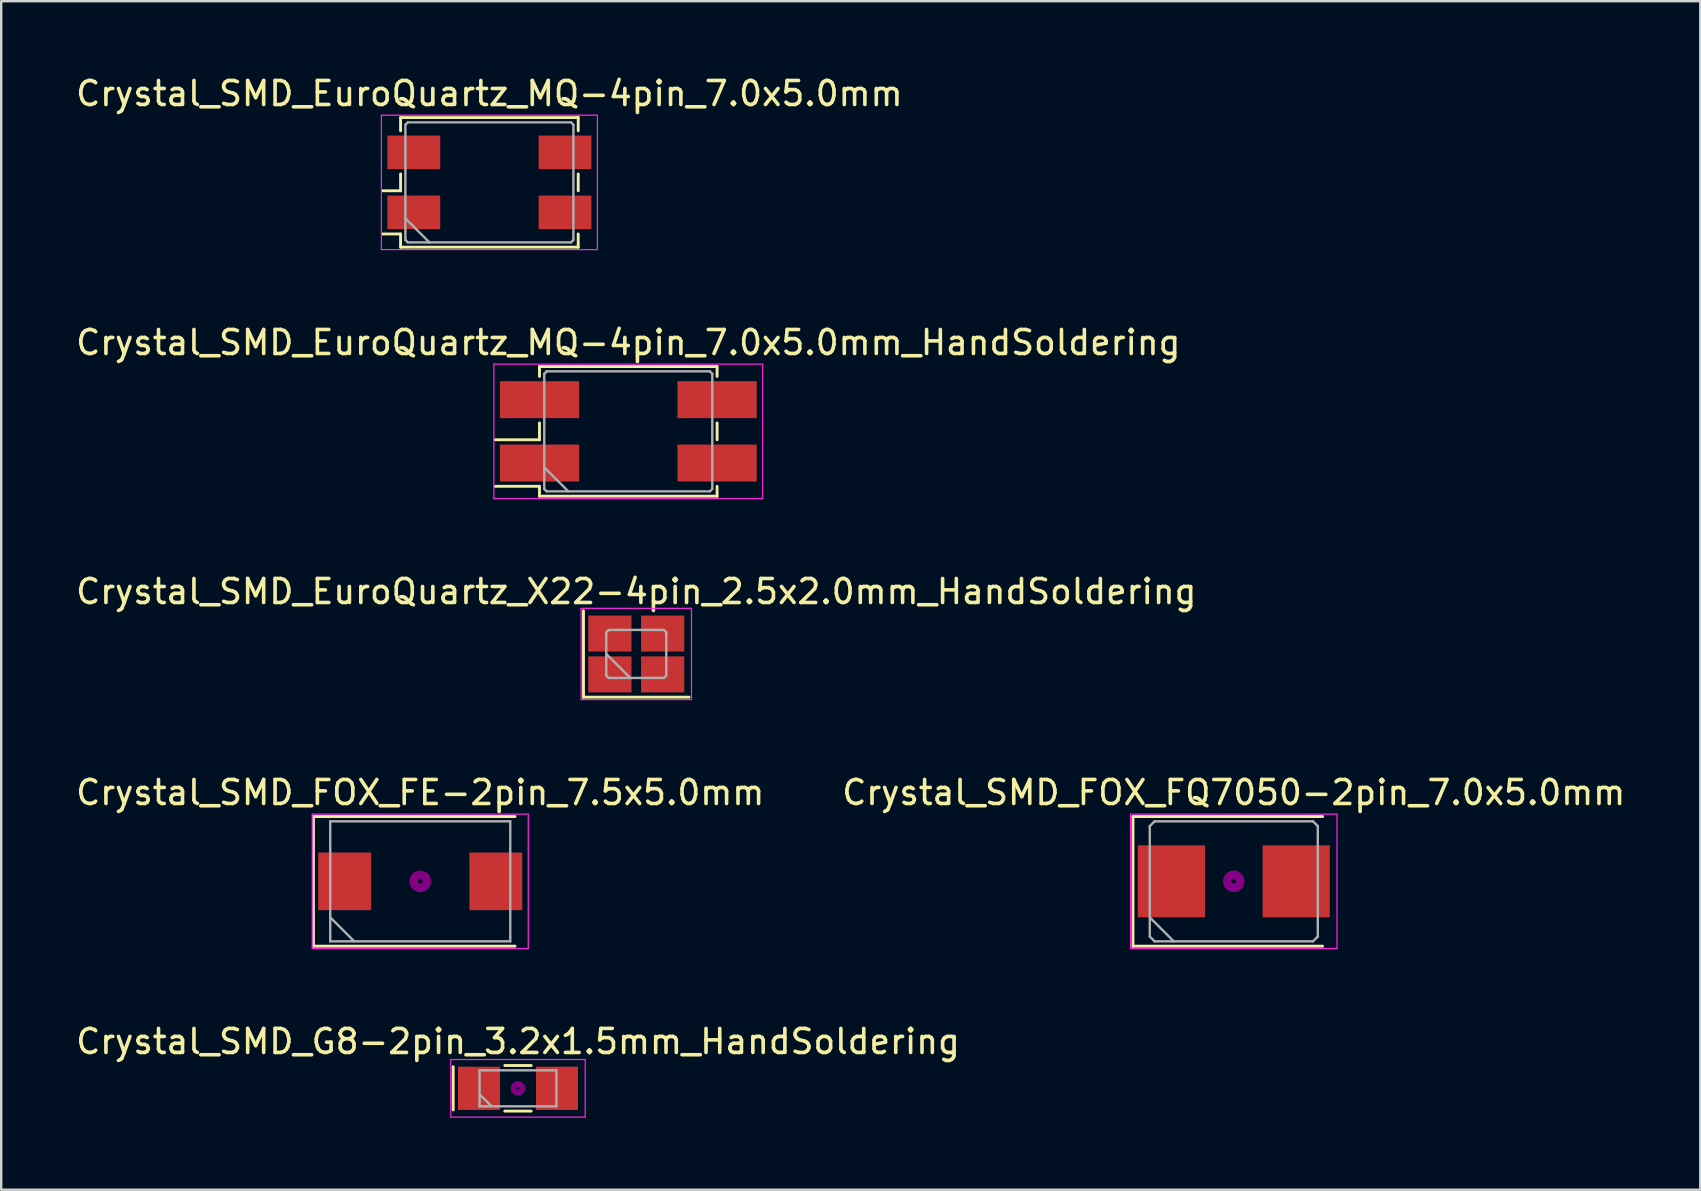
<source format=kicad_pcb>
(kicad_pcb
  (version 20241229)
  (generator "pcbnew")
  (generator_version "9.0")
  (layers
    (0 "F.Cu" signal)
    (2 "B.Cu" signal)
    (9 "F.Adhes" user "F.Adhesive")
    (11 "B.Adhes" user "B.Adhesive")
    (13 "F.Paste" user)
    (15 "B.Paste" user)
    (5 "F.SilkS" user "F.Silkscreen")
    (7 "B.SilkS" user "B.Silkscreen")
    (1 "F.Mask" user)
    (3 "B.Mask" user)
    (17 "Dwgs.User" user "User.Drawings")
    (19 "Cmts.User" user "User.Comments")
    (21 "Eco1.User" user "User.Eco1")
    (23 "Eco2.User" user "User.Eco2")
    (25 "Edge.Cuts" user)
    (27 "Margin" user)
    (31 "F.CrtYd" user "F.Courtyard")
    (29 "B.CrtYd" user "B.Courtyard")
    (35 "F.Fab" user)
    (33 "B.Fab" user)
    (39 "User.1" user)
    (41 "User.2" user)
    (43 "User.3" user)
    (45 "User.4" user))
  (footprint "Crystal_SMD_FOX_FQ7050-2pin_7.0x5.0mm"
    (layer "F.Cu")
    (at 48.351 33.668)
    (property "Reference" "Crystal_SMD_FOX_FQ7050-2pin_7.0x5.0mm" (at 0 -3.7 0) (layer "F.SilkS") (effects (font (size 1 1) (thickness 0.15))))
    (attr smd)
    (fp_line (start -4.2 -2.7) (end -4.2 2.7) (stroke (width 0.12) (type solid)) (layer "F.SilkS"))
    (fp_line (start -4.2 2.7) (end 3.7 2.7) (stroke (width 0.12) (type solid)) (layer "F.SilkS"))
    (fp_line (start 3.7 -2.7) (end -4.2 -2.7) (stroke (width 0.12) (type solid)) (layer "F.SilkS"))
    (fp_circle (center 0 0) (end 0.093 0) (stroke (width 0.187) (type solid)) (fill no) (layer "F.Adhes"))
    (fp_circle (center 0 0) (end 0.213 0) (stroke (width 0.133) (type solid)) (fill no) (layer "F.Adhes"))
    (fp_circle (center 0 0) (end 0.333 0) (stroke (width 0.133) (type solid)) (fill no) (layer "F.Adhes"))
    (fp_circle (center 0 0) (end 0.4 0) (stroke (width 0.1) (type solid)) (fill no) (layer "F.Adhes"))
    (fp_line (start -4.3 -2.8) (end -4.3 2.8) (stroke (width 0.05) (type solid)) (layer "F.CrtYd"))
    (fp_line (start -4.3 2.8) (end 4.3 2.8) (stroke (width 0.05) (type solid)) (layer "F.CrtYd"))
    (fp_line (start 4.3 -2.8) (end -4.3 -2.8) (stroke (width 0.05) (type solid)) (layer "F.CrtYd"))
    (fp_line (start 4.3 2.8) (end 4.3 -2.8) (stroke (width 0.05) (type solid)) (layer "F.CrtYd"))
    (fp_line (start -3.5 -2.3) (end -3.3 -2.5) (stroke (width 0.1) (type solid)) (layer "F.Fab"))
    (fp_line (start -3.5 1.5) (end -2.5 2.5) (stroke (width 0.1) (type solid)) (layer "F.Fab"))
    (fp_line (start -3.5 2.3) (end -3.5 -2.3) (stroke (width 0.1) (type solid)) (layer "F.Fab"))
    (fp_line (start -3.3 -2.5) (end 3.3 -2.5) (stroke (width 0.1) (type solid)) (layer "F.Fab"))
    (fp_line (start -3.3 2.5) (end -3.5 2.3) (stroke (width 0.1) (type solid)) (layer "F.Fab"))
    (fp_line (start 3.3 -2.5) (end 3.5 -2.3) (stroke (width 0.1) (type solid)) (layer "F.Fab"))
    (fp_line (start 3.3 2.5) (end -3.3 2.5) (stroke (width 0.1) (type solid)) (layer "F.Fab"))
    (fp_line (start 3.5 -2.3) (end 3.5 2.3) (stroke (width 0.1) (type solid)) (layer "F.Fab"))
    (fp_line (start 3.5 2.3) (end 3.3 2.5) (stroke (width 0.1) (type solid)) (layer "F.Fab"))
    (pad "1" smd rect (at -2.6 0) (size 2.8 3) (layers "F.Cu" "F.Mask"))
    (pad "2" smd rect (at 2.6 0) (size 2.8 3) (layers "F.Cu" "F.Mask")))
  (footprint "Crystal_SMD_EuroQuartz_MQ-4pin_7.0x5.0mm_HandSoldering"
    (layer "F.Cu")
    (at 23.125 14.921)
    (property "Reference" "Crystal_SMD_EuroQuartz_MQ-4pin_7.0x5.0mm_HandSoldering" (at 0 -3.7 0) (layer "F.SilkS") (effects (font (size 1 1) (thickness 0.15))))
    (attr smd)
    (fp_line (start -5.55 0.35) (end -3.7 0.35) (stroke (width 0.12) (type solid)) (layer "F.SilkS"))
    (fp_line (start -5.55 2.29) (end -3.7 2.29) (stroke (width 0.12) (type solid)) (layer "F.SilkS"))
    (fp_line (start -3.7 -2.7) (end 3.7 -2.7) (stroke (width 0.12) (type solid)) (layer "F.SilkS"))
    (fp_line (start -3.7 -2.29) (end -3.7 -2.7) (stroke (width 0.12) (type solid)) (layer "F.SilkS"))
    (fp_line (start -3.7 0.35) (end -3.7 -0.35) (stroke (width 0.12) (type solid)) (layer "F.SilkS"))
    (fp_line (start -3.7 2.29) (end -3.7 2.7) (stroke (width 0.12) (type solid)) (layer "F.SilkS"))
    (fp_line (start -3.7 2.7) (end 3.7 2.7) (stroke (width 0.12) (type solid)) (layer "F.SilkS"))
    (fp_line (start 3.7 -2.7) (end 3.7 -2.29) (stroke (width 0.12) (type solid)) (layer "F.SilkS"))
    (fp_line (start 3.7 -0.35) (end 3.7 0.35) (stroke (width 0.12) (type solid)) (layer "F.SilkS"))
    (fp_line (start 3.7 2.7) (end 3.7 2.29) (stroke (width 0.12) (type solid)) (layer "F.SilkS"))
    (fp_line (start -5.6 -2.8) (end -5.6 2.8) (stroke (width 0.05) (type solid)) (layer "F.CrtYd"))
    (fp_line (start -5.6 2.8) (end 5.6 2.8) (stroke (width 0.05) (type solid)) (layer "F.CrtYd"))
    (fp_line (start 5.6 -2.8) (end -5.6 -2.8) (stroke (width 0.05) (type solid)) (layer "F.CrtYd"))
    (fp_line (start 5.6 2.8) (end 5.6 -2.8) (stroke (width 0.05) (type solid)) (layer "F.CrtYd"))
    (fp_line (start -3.5 -2.4) (end -3.4 -2.5) (stroke (width 0.1) (type solid)) (layer "F.Fab"))
    (fp_line (start -3.5 1.5) (end -2.5 2.5) (stroke (width 0.1) (type solid)) (layer "F.Fab"))
    (fp_line (start -3.5 2.4) (end -3.5 -2.4) (stroke (width 0.1) (type solid)) (layer "F.Fab"))
    (fp_line (start -3.4 -2.5) (end 3.4 -2.5) (stroke (width 0.1) (type solid)) (layer "F.Fab"))
    (fp_line (start -3.4 2.5) (end -3.5 2.4) (stroke (width 0.1) (type solid)) (layer "F.Fab"))
    (fp_line (start 3.4 -2.5) (end 3.5 -2.4) (stroke (width 0.1) (type solid)) (layer "F.Fab"))
    (fp_line (start 3.4 2.5) (end -3.4 2.5) (stroke (width 0.1) (type solid)) (layer "F.Fab"))
    (fp_line (start 3.5 -2.4) (end 3.5 2.4) (stroke (width 0.1) (type solid)) (layer "F.Fab"))
    (fp_line (start 3.5 2.4) (end 3.4 2.5) (stroke (width 0.1) (type solid)) (layer "F.Fab"))
    (pad "1" smd rect (at -3.7 1.32) (size 3.3 1.54) (layers "F.Cu" "F.Mask"))
    (pad "2" smd rect (at 3.7 1.32) (size 3.3 1.54) (layers "F.Cu" "F.Mask"))
    (pad "3" smd rect (at 3.7 -1.32) (size 3.3 1.54) (layers "F.Cu" "F.Mask"))
    (pad "4" smd rect (at -3.7 -1.32) (size 3.3 1.54) (layers "F.Cu" "F.Mask")))
  (footprint "Crystal_SMD_EuroQuartz_X22-4pin_2.5x2.0mm_HandSoldering"
    (layer "F.Cu")
    (at 23.458 24.195)
    (property "Reference" "Crystal_SMD_EuroQuartz_X22-4pin_2.5x2.0mm_HandSoldering" (at 0 -2.6 0) (layer "F.SilkS") (effects (font (size 1 1) (thickness 0.15))))
    (attr smd)
    (fp_line (start -2.2 -1.8) (end -2.2 1.8) (stroke (width 0.12) (type solid)) (layer "F.SilkS"))
    (fp_line (start -2.2 1.8) (end 2.2 1.8) (stroke (width 0.12) (type solid)) (layer "F.SilkS"))
    (fp_line (start -2.3 -1.9) (end -2.3 1.9) (stroke (width 0.05) (type solid)) (layer "F.CrtYd"))
    (fp_line (start -2.3 1.9) (end 2.3 1.9) (stroke (width 0.05) (type solid)) (layer "F.CrtYd"))
    (fp_line (start 2.3 -1.9) (end -2.3 -1.9) (stroke (width 0.05) (type solid)) (layer "F.CrtYd"))
    (fp_line (start 2.3 1.9) (end 2.3 -1.9) (stroke (width 0.05) (type solid)) (layer "F.CrtYd"))
    (fp_line (start -1.25 -0.9) (end -1.15 -1) (stroke (width 0.1) (type solid)) (layer "F.Fab"))
    (fp_line (start -1.25 0) (end -0.25 1) (stroke (width 0.1) (type solid)) (layer "F.Fab"))
    (fp_line (start -1.25 0.9) (end -1.25 -0.9) (stroke (width 0.1) (type solid)) (layer "F.Fab"))
    (fp_line (start -1.15 -1) (end 1.15 -1) (stroke (width 0.1) (type solid)) (layer "F.Fab"))
    (fp_line (start -1.15 1) (end -1.25 0.9) (stroke (width 0.1) (type solid)) (layer "F.Fab"))
    (fp_line (start 1.15 -1) (end 1.25 -0.9) (stroke (width 0.1) (type solid)) (layer "F.Fab"))
    (fp_line (start 1.15 1) (end -1.15 1) (stroke (width 0.1) (type solid)) (layer "F.Fab"))
    (fp_line (start 1.25 -0.9) (end 1.25 0.9) (stroke (width 0.1) (type solid)) (layer "F.Fab"))
    (fp_line (start 1.25 0.9) (end 1.15 1) (stroke (width 0.1) (type solid)) (layer "F.Fab"))
    (pad "1" smd rect (at -1.1 0.85) (size 1.8 1.5) (layers "F.Cu" "F.Mask"))
    (pad "2" smd rect (at 1.1 0.85) (size 1.8 1.5) (layers "F.Cu" "F.Mask"))
    (pad "3" smd rect (at 1.1 -0.85) (size 1.8 1.5) (layers "F.Cu" "F.Mask"))
    (pad "4" smd rect (at -1.1 -0.85) (size 1.8 1.5) (layers "F.Cu" "F.Mask")))
  (footprint "Crystal_SMD_EuroQuartz_MQ-4pin_7.0x5.0mm"
    (layer "F.Cu")
    (at 17.339 4.548)
    (property "Reference" "Crystal_SMD_EuroQuartz_MQ-4pin_7.0x5.0mm" (at 0 -3.7 0) (layer "F.SilkS") (effects (font (size 1 1) (thickness 0.15))))
    (attr smd)
    (fp_line (start -4.45 0.35) (end -3.7 0.35) (stroke (width 0.12) (type solid)) (layer "F.SilkS"))
    (fp_line (start -4.45 2.15) (end -3.7 2.15) (stroke (width 0.12) (type solid)) (layer "F.SilkS"))
    (fp_line (start -3.7 -2.7) (end 3.7 -2.7) (stroke (width 0.12) (type solid)) (layer "F.SilkS"))
    (fp_line (start -3.7 -2.15) (end -3.7 -2.7) (stroke (width 0.12) (type solid)) (layer "F.SilkS"))
    (fp_line (start -3.7 0.35) (end -3.7 -0.35) (stroke (width 0.12) (type solid)) (layer "F.SilkS"))
    (fp_line (start -3.7 2.15) (end -3.7 2.7) (stroke (width 0.12) (type solid)) (layer "F.SilkS"))
    (fp_line (start -3.7 2.7) (end 3.7 2.7) (stroke (width 0.12) (type solid)) (layer "F.SilkS"))
    (fp_line (start 3.7 -2.7) (end 3.7 -2.15) (stroke (width 0.12) (type solid)) (layer "F.SilkS"))
    (fp_line (start 3.7 -0.35) (end 3.7 0.35) (stroke (width 0.12) (type solid)) (layer "F.SilkS"))
    (fp_line (start 3.7 2.7) (end 3.7 2.15) (stroke (width 0.12) (type solid)) (layer "F.SilkS"))
    (fp_line (start -4.5 -2.8) (end -4.5 2.8) (stroke (width 0.05) (type solid)) (layer "F.CrtYd"))
    (fp_line (start -4.5 2.8) (end 4.5 2.8) (stroke (width 0.05) (type solid)) (layer "F.CrtYd"))
    (fp_line (start 4.5 -2.8) (end -4.5 -2.8) (stroke (width 0.05) (type solid)) (layer "F.CrtYd"))
    (fp_line (start 4.5 2.8) (end 4.5 -2.8) (stroke (width 0.05) (type solid)) (layer "F.CrtYd"))
    (fp_line (start -3.5 -2.4) (end -3.4 -2.5) (stroke (width 0.1) (type solid)) (layer "F.Fab"))
    (fp_line (start -3.5 1.5) (end -2.5 2.5) (stroke (width 0.1) (type solid)) (layer "F.Fab"))
    (fp_line (start -3.5 2.4) (end -3.5 -2.4) (stroke (width 0.1) (type solid)) (layer "F.Fab"))
    (fp_line (start -3.4 -2.5) (end 3.4 -2.5) (stroke (width 0.1) (type solid)) (layer "F.Fab"))
    (fp_line (start -3.4 2.5) (end -3.5 2.4) (stroke (width 0.1) (type solid)) (layer "F.Fab"))
    (fp_line (start 3.4 -2.5) (end 3.5 -2.4) (stroke (width 0.1) (type solid)) (layer "F.Fab"))
    (fp_line (start 3.4 2.5) (end -3.4 2.5) (stroke (width 0.1) (type solid)) (layer "F.Fab"))
    (fp_line (start 3.5 -2.4) (end 3.5 2.4) (stroke (width 0.1) (type solid)) (layer "F.Fab"))
    (fp_line (start 3.5 2.4) (end 3.4 2.5) (stroke (width 0.1) (type solid)) (layer "F.Fab"))
    (pad "1" smd rect (at -3.15 1.25) (size 2.2 1.4) (layers "F.Cu" "F.Mask"))
    (pad "2" smd rect (at 3.15 1.25) (size 2.2 1.4) (layers "F.Cu" "F.Mask"))
    (pad "3" smd rect (at 3.15 -1.25) (size 2.2 1.4) (layers "F.Cu" "F.Mask"))
    (pad "4" smd rect (at -3.15 -1.25) (size 2.2 1.4) (layers "F.Cu" "F.Mask")))
  (footprint "Crystal_SMD_FOX_FE-2pin_7.5x5.0mm"
    (layer "F.Cu")
    (at 14.458 33.668)
    (property "Reference" "Crystal_SMD_FOX_FE-2pin_7.5x5.0mm" (at 0 -3.7 0) (layer "F.SilkS") (effects (font (size 1 1) (thickness 0.15))))
    (attr smd)
    (fp_line (start -4.45 -2.7) (end -4.45 2.7) (stroke (width 0.12) (type solid)) (layer "F.SilkS"))
    (fp_line (start -4.45 2.7) (end 3.95 2.7) (stroke (width 0.12) (type solid)) (layer "F.SilkS"))
    (fp_line (start 3.95 -2.7) (end -4.45 -2.7) (stroke (width 0.12) (type solid)) (layer "F.SilkS"))
    (fp_circle (center 0 0) (end 0.093 0) (stroke (width 0.187) (type solid)) (fill no) (layer "F.Adhes"))
    (fp_circle (center 0 0) (end 0.213 0) (stroke (width 0.133) (type solid)) (fill no) (layer "F.Adhes"))
    (fp_circle (center 0 0) (end 0.333 0) (stroke (width 0.133) (type solid)) (fill no) (layer "F.Adhes"))
    (fp_circle (center 0 0) (end 0.4 0) (stroke (width 0.1) (type solid)) (fill no) (layer "F.Adhes"))
    (fp_line (start -4.5 -2.8) (end -4.5 2.8) (stroke (width 0.05) (type solid)) (layer "F.CrtYd"))
    (fp_line (start -4.5 2.8) (end 4.5 2.8) (stroke (width 0.05) (type solid)) (layer "F.CrtYd"))
    (fp_line (start 4.5 -2.8) (end -4.5 -2.8) (stroke (width 0.05) (type solid)) (layer "F.CrtYd"))
    (fp_line (start 4.5 2.8) (end 4.5 -2.8) (stroke (width 0.05) (type solid)) (layer "F.CrtYd"))
    (fp_line (start -3.75 -2.5) (end -3.75 2.5) (stroke (width 0.1) (type solid)) (layer "F.Fab"))
    (fp_line (start -3.75 1.5) (end -2.75 2.5) (stroke (width 0.1) (type solid)) (layer "F.Fab"))
    (fp_line (start -3.75 2.5) (end 3.75 2.5) (stroke (width 0.1) (type solid)) (layer "F.Fab"))
    (fp_line (start 3.75 -2.5) (end -3.75 -2.5) (stroke (width 0.1) (type solid)) (layer "F.Fab"))
    (fp_line (start 3.75 2.5) (end 3.75 -2.5) (stroke (width 0.1) (type solid)) (layer "F.Fab"))
    (pad "1" smd rect (at -3.15 0) (size 2.2 2.4) (layers "F.Cu" "F.Mask"))
    (pad "2" smd rect (at 3.15 0) (size 2.2 2.4) (layers "F.Cu" "F.Mask")))
  (footprint "Crystal_SMD_G8-2pin_3.2x1.5mm_HandSoldering"
    (layer "F.Cu")
    (at 18.53 42.291)
    (property "Reference" "Crystal_SMD_G8-2pin_3.2x1.5mm_HandSoldering" (at 0 -1.95 0) (layer "F.SilkS") (effects (font (size 1 1) (thickness 0.15))))
    (attr smd)
    (fp_line (start -2.7 -0.9) (end -2.7 0.9) (stroke (width 0.12) (type solid)) (layer "F.SilkS"))
    (fp_line (start -0.55 -0.95) (end 0.55 -0.95) (stroke (width 0.12) (type solid)) (layer "F.SilkS"))
    (fp_line (start -0.55 0.95) (end 0.55 0.95) (stroke (width 0.12) (type solid)) (layer "F.SilkS"))
    (fp_circle (center 0 0) (end 0.058 0) (stroke (width 0.117) (type solid)) (fill no) (layer "F.Adhes"))
    (fp_circle (center 0 0) (end 0.133 0) (stroke (width 0.083) (type solid)) (fill no) (layer "F.Adhes"))
    (fp_circle (center 0 0) (end 0.208 0) (stroke (width 0.083) (type solid)) (fill no) (layer "F.Adhes"))
    (fp_circle (center 0 0) (end 0.25 0) (stroke (width 0.1) (type solid)) (fill no) (layer "F.Adhes"))
    (fp_line (start -2.8 -1.2) (end -2.8 1.2) (stroke (width 0.05) (type solid)) (layer "F.CrtYd"))
    (fp_line (start -2.8 1.2) (end 2.8 1.2) (stroke (width 0.05) (type solid)) (layer "F.CrtYd"))
    (fp_line (start 2.8 -1.2) (end -2.8 -1.2) (stroke (width 0.05) (type solid)) (layer "F.CrtYd"))
    (fp_line (start 2.8 1.2) (end 2.8 -1.2) (stroke (width 0.05) (type solid)) (layer "F.CrtYd"))
    (fp_line (start -1.6 -0.75) (end -1.6 0.75) (stroke (width 0.1) (type solid)) (layer "F.Fab"))
    (fp_line (start -1.6 0.25) (end -1.1 0.75) (stroke (width 0.1) (type solid)) (layer "F.Fab"))
    (fp_line (start -1.6 0.75) (end 1.6 0.75) (stroke (width 0.1) (type solid)) (layer "F.Fab"))
    (fp_line (start 1.6 -0.75) (end -1.6 -0.75) (stroke (width 0.1) (type solid)) (layer "F.Fab"))
    (fp_line (start 1.6 0.75) (end 1.6 -0.75) (stroke (width 0.1) (type solid)) (layer "F.Fab"))
    (pad "1" smd rect (at -1.625 0) (size 1.75 1.8) (layers "F.Cu" "F.Mask"))
    (pad "2" smd rect (at 1.625 0) (size 1.75 1.8) (layers "F.Cu" "F.Mask")))
  (gr_rect
    (start -3 -3)
    (end 67.786 46.516)
    (stroke (width 0.1) (type default))
    (fill no)
    (layer "Edge.Cuts")))
</source>
